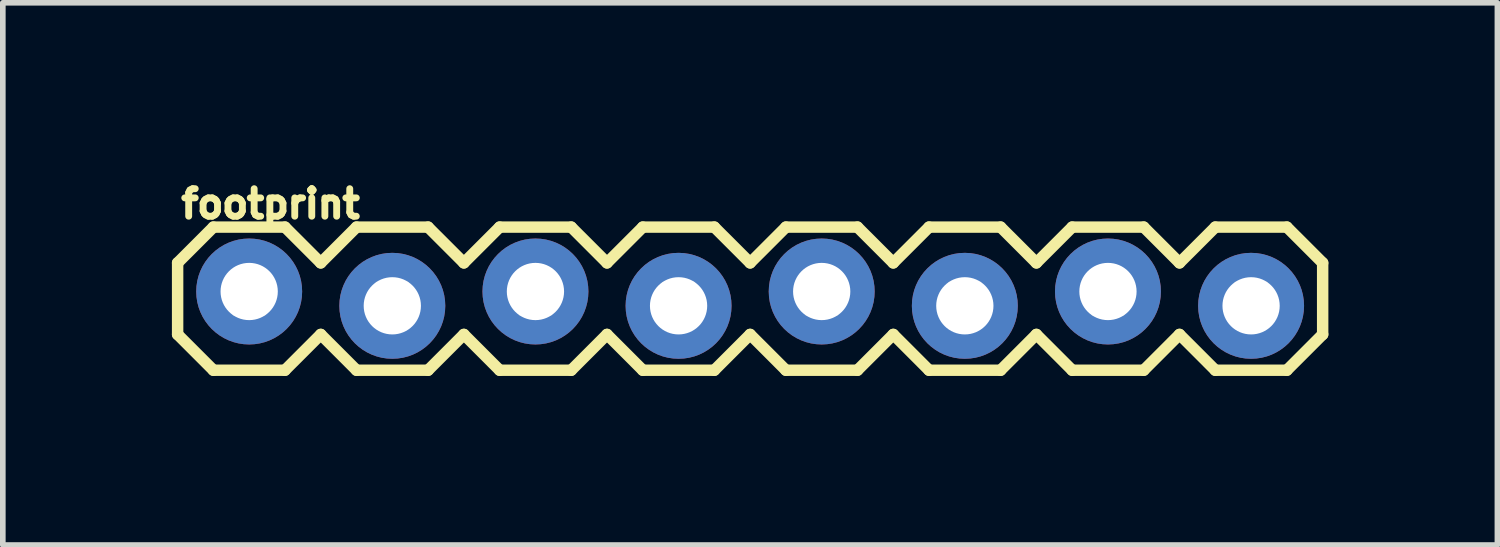
<source format=kicad_pcb>
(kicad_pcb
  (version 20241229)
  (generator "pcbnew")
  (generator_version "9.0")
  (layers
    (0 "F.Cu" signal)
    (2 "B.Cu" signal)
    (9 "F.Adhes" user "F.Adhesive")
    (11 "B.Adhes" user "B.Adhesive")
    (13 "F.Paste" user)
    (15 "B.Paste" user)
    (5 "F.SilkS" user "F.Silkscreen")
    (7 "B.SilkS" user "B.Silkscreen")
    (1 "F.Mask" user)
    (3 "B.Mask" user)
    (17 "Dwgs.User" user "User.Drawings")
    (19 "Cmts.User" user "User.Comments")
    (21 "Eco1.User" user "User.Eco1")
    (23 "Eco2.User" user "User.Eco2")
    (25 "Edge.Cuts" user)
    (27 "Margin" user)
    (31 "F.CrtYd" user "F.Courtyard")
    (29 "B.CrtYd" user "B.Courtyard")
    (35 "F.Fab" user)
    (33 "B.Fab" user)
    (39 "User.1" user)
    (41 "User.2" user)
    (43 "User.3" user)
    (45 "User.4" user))
  (footprint "footprint"
    (layer "F.Cu")
    (at 1.372 2.25)
    (property "Reference" "footprint" (at -1.27 -1.397 0) (layer "F.SilkS") (effects (font (size 0.488 0.488) (thickness 0.122)) (justify left bottom)))
    (fp_line (start -1.27 -0.635) (end -1.27 0.635) (stroke (width 0.203) (type solid)) (layer "F.SilkS"))
    (fp_line (start -1.27 0.635) (end -0.635 1.27) (stroke (width 0.203) (type solid)) (layer "F.SilkS"))
    (fp_line (start -0.635 -1.27) (end -1.27 -0.635) (stroke (width 0.203) (type solid)) (layer "F.SilkS"))
    (fp_line (start -0.635 -1.27) (end 0.635 -1.27) (stroke (width 0.203) (type solid)) (layer "F.SilkS"))
    (fp_line (start 0.635 -1.27) (end 1.27 -0.635) (stroke (width 0.203) (type solid)) (layer "F.SilkS"))
    (fp_line (start 0.635 1.27) (end -0.635 1.27) (stroke (width 0.203) (type solid)) (layer "F.SilkS"))
    (fp_line (start 1.27 -0.635) (end 1.905 -1.27) (stroke (width 0.203) (type solid)) (layer "F.SilkS"))
    (fp_line (start 1.27 0.635) (end 0.635 1.27) (stroke (width 0.203) (type solid)) (layer "F.SilkS"))
    (fp_line (start 1.905 -1.27) (end 3.175 -1.27) (stroke (width 0.203) (type solid)) (layer "F.SilkS"))
    (fp_line (start 1.905 1.27) (end 1.27 0.635) (stroke (width 0.203) (type solid)) (layer "F.SilkS"))
    (fp_line (start 3.175 -1.27) (end 3.81 -0.635) (stroke (width 0.203) (type solid)) (layer "F.SilkS"))
    (fp_line (start 3.175 1.27) (end 1.905 1.27) (stroke (width 0.203) (type solid)) (layer "F.SilkS"))
    (fp_line (start 3.81 -0.635) (end 4.445 -1.27) (stroke (width 0.203) (type solid)) (layer "F.SilkS"))
    (fp_line (start 3.81 0.635) (end 3.175 1.27) (stroke (width 0.203) (type solid)) (layer "F.SilkS"))
    (fp_line (start 4.445 -1.27) (end 5.715 -1.27) (stroke (width 0.203) (type solid)) (layer "F.SilkS"))
    (fp_line (start 4.445 1.27) (end 3.81 0.635) (stroke (width 0.203) (type solid)) (layer "F.SilkS"))
    (fp_line (start 5.715 -1.27) (end 6.35 -0.635) (stroke (width 0.203) (type solid)) (layer "F.SilkS"))
    (fp_line (start 5.715 1.27) (end 4.445 1.27) (stroke (width 0.203) (type solid)) (layer "F.SilkS"))
    (fp_line (start 6.35 0.635) (end 5.715 1.27) (stroke (width 0.203) (type solid)) (layer "F.SilkS"))
    (fp_line (start 6.35 0.635) (end 6.985 1.27) (stroke (width 0.203) (type solid)) (layer "F.SilkS"))
    (fp_line (start 6.985 -1.27) (end 6.35 -0.635) (stroke (width 0.203) (type solid)) (layer "F.SilkS"))
    (fp_line (start 6.985 -1.27) (end 8.255 -1.27) (stroke (width 0.203) (type solid)) (layer "F.SilkS"))
    (fp_line (start 8.255 -1.27) (end 8.89 -0.635) (stroke (width 0.203) (type solid)) (layer "F.SilkS"))
    (fp_line (start 8.255 1.27) (end 6.985 1.27) (stroke (width 0.203) (type solid)) (layer "F.SilkS"))
    (fp_line (start 8.89 -0.635) (end 9.525 -1.27) (stroke (width 0.203) (type solid)) (layer "F.SilkS"))
    (fp_line (start 8.89 0.635) (end 8.255 1.27) (stroke (width 0.203) (type solid)) (layer "F.SilkS"))
    (fp_line (start 9.525 -1.27) (end 10.795 -1.27) (stroke (width 0.203) (type solid)) (layer "F.SilkS"))
    (fp_line (start 9.525 1.27) (end 8.89 0.635) (stroke (width 0.203) (type solid)) (layer "F.SilkS"))
    (fp_line (start 10.795 -1.27) (end 11.43 -0.635) (stroke (width 0.203) (type solid)) (layer "F.SilkS"))
    (fp_line (start 10.795 1.27) (end 9.525 1.27) (stroke (width 0.203) (type solid)) (layer "F.SilkS"))
    (fp_line (start 11.43 -0.635) (end 12.065 -1.27) (stroke (width 0.203) (type solid)) (layer "F.SilkS"))
    (fp_line (start 11.43 0.635) (end 10.795 1.27) (stroke (width 0.203) (type solid)) (layer "F.SilkS"))
    (fp_line (start 12.065 -1.27) (end 13.335 -1.27) (stroke (width 0.203) (type solid)) (layer "F.SilkS"))
    (fp_line (start 12.065 1.27) (end 11.43 0.635) (stroke (width 0.203) (type solid)) (layer "F.SilkS"))
    (fp_line (start 13.335 -1.27) (end 13.97 -0.635) (stroke (width 0.203) (type solid)) (layer "F.SilkS"))
    (fp_line (start 13.335 1.27) (end 12.065 1.27) (stroke (width 0.203) (type solid)) (layer "F.SilkS"))
    (fp_line (start 13.97 0.635) (end 13.335 1.27) (stroke (width 0.203) (type solid)) (layer "F.SilkS"))
    (fp_line (start 13.97 0.635) (end 14.605 1.27) (stroke (width 0.203) (type solid)) (layer "F.SilkS"))
    (fp_line (start 14.605 -1.27) (end 13.97 -0.635) (stroke (width 0.203) (type solid)) (layer "F.SilkS"))
    (fp_line (start 14.605 -1.27) (end 15.875 -1.27) (stroke (width 0.203) (type solid)) (layer "F.SilkS"))
    (fp_line (start 15.875 -1.27) (end 16.51 -0.635) (stroke (width 0.203) (type solid)) (layer "F.SilkS"))
    (fp_line (start 15.875 1.27) (end 14.605 1.27) (stroke (width 0.203) (type solid)) (layer "F.SilkS"))
    (fp_line (start 16.51 0.635) (end 15.875 1.27) (stroke (width 0.203) (type solid)) (layer "F.SilkS"))
    (fp_line (start 16.51 0.635) (end 17.145 1.27) (stroke (width 0.203) (type solid)) (layer "F.SilkS"))
    (fp_line (start 17.145 -1.27) (end 16.51 -0.635) (stroke (width 0.203) (type solid)) (layer "F.SilkS"))
    (fp_line (start 17.145 -1.27) (end 18.415 -1.27) (stroke (width 0.203) (type solid)) (layer "F.SilkS"))
    (fp_line (start 18.415 -1.27) (end 19.05 -0.635) (stroke (width 0.203) (type solid)) (layer "F.SilkS"))
    (fp_line (start 18.415 1.27) (end 17.145 1.27) (stroke (width 0.203) (type solid)) (layer "F.SilkS"))
    (fp_line (start 19.05 -0.635) (end 19.05 0.635) (stroke (width 0.203) (type solid)) (layer "F.SilkS"))
    (fp_line (start 19.05 0.635) (end 18.415 1.27) (stroke (width 0.203) (type solid)) (layer "F.SilkS"))
    (fp_poly (pts (xy -0.254 0.254) (xy 0.254 0.254) (xy 0.254 -0.254) (xy -0.254 -0.254)) (stroke (width 0.1) (type solid)) (fill no) (layer "F.Fab"))
    (fp_poly (pts (xy 2.286 0.254) (xy 2.794 0.254) (xy 2.794 -0.254) (xy 2.286 -0.254)) (stroke (width 0.1) (type solid)) (fill no) (layer "F.Fab"))
    (fp_poly (pts (xy 4.826 0.254) (xy 5.334 0.254) (xy 5.334 -0.254) (xy 4.826 -0.254)) (stroke (width 0.1) (type solid)) (fill no) (layer "F.Fab"))
    (fp_poly (pts (xy 7.366 0.254) (xy 7.874 0.254) (xy 7.874 -0.254) (xy 7.366 -0.254)) (stroke (width 0.1) (type solid)) (fill no) (layer "F.Fab"))
    (fp_poly (pts (xy 9.906 0.254) (xy 10.414 0.254) (xy 10.414 -0.254) (xy 9.906 -0.254)) (stroke (width 0.1) (type solid)) (fill no) (layer "F.Fab"))
    (fp_poly (pts (xy 12.446 0.254) (xy 12.954 0.254) (xy 12.954 -0.254) (xy 12.446 -0.254)) (stroke (width 0.1) (type solid)) (fill no) (layer "F.Fab"))
    (fp_poly (pts (xy 14.986 0.254) (xy 15.494 0.254) (xy 15.494 -0.254) (xy 14.986 -0.254)) (stroke (width 0.1) (type solid)) (fill no) (layer "F.Fab"))
    (fp_poly (pts (xy 17.526 0.254) (xy 18.034 0.254) (xy 18.034 -0.254) (xy 17.526 -0.254)) (stroke (width 0.1) (type solid)) (fill no) (layer "F.Fab"))
    (pad "1" thru_hole circle (at 0 -0.127 90) (size 1.88 1.88) (drill 1.016) (layers "*.Cu" "*.Mask"))
    (pad "2" thru_hole circle (at 2.54 0.127 90) (size 1.88 1.88) (drill 1.016) (layers "*.Cu" "*.Mask"))
    (pad "3" thru_hole circle (at 5.08 -0.127 90) (size 1.88 1.88) (drill 1.016) (layers "*.Cu" "*.Mask"))
    (pad "4" thru_hole circle (at 7.62 0.127 90) (size 1.88 1.88) (drill 1.016) (layers "*.Cu" "*.Mask"))
    (pad "5" thru_hole circle (at 10.16 -0.127 90) (size 1.88 1.88) (drill 1.016) (layers "*.Cu" "*.Mask"))
    (pad "6" thru_hole circle (at 12.7 0.127 90) (size 1.88 1.88) (drill 1.016) (layers "*.Cu" "*.Mask"))
    (pad "7" thru_hole circle (at 15.24 -0.127 90) (size 1.88 1.88) (drill 1.016) (layers "*.Cu" "*.Mask"))
    (pad "8" thru_hole circle (at 17.78 0.127 90) (size 1.88 1.88) (drill 1.016) (layers "*.Cu" "*.Mask")))
  (gr_rect
    (start -3 -3)
    (end 23.523 6.622)
    (stroke (width 0.1) (type default))
    (fill no)
    (layer "Edge.Cuts")))
</source>
